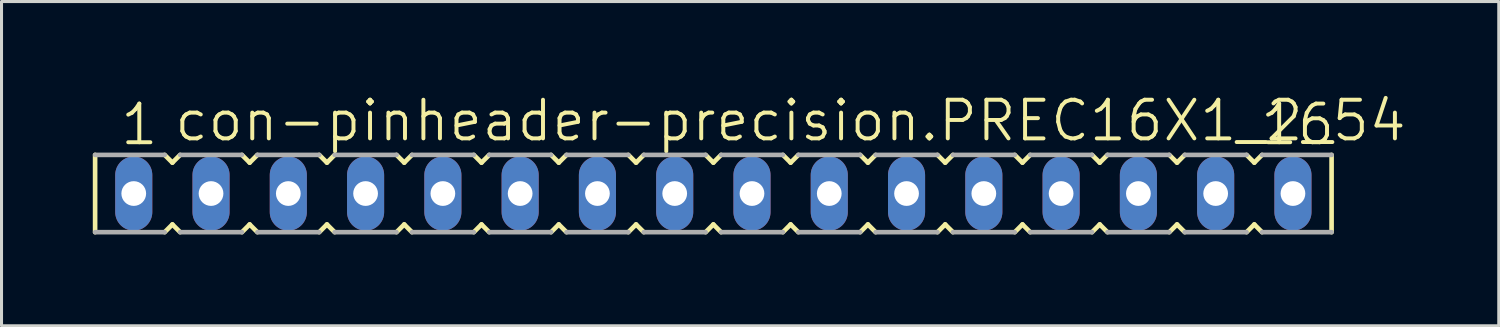
<source format=kicad_pcb>
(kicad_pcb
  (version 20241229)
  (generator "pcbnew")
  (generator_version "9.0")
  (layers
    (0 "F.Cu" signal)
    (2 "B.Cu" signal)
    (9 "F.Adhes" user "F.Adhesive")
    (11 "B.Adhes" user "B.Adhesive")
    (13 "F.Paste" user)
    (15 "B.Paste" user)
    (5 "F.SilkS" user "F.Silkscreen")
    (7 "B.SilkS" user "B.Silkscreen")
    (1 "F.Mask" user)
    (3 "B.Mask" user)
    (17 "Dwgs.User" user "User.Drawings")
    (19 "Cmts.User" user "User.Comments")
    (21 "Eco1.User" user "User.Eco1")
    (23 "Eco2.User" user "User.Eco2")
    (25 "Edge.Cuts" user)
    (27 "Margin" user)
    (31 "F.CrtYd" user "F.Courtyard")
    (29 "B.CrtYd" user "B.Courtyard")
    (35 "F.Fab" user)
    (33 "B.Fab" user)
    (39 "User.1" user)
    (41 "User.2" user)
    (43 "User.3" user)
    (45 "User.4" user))
  (footprint "con-pinheader-precision.PREC16X1_2_54"
    (layer "F.Cu")
    (at 20.396 3.311)
    (property "Reference" "con-pinheader-precision.PREC16X1_2_54" (at -17.78 -1.651 0) (layer "F.SilkS") (effects (font (size 1.27 1.27) (thickness 0.13)) (justify left bottom)))
    (attr through_hole)
    (fp_line (start -20.32 -1.27) (end -20.32 1.27) (stroke (width 0.152) (type default)) (layer "F.SilkS"))
    (fp_line (start -18.034 1.27) (end -17.78 1.016) (stroke (width 0.152) (type default)) (layer "F.SilkS"))
    (fp_line (start -17.78 -1.016) (end -18.034 -1.27) (stroke (width 0.152) (type default)) (layer "F.SilkS"))
    (fp_line (start -17.78 1.016) (end -17.526 1.27) (stroke (width 0.152) (type default)) (layer "F.SilkS"))
    (fp_line (start -17.526 -1.27) (end -17.78 -1.016) (stroke (width 0.152) (type default)) (layer "F.SilkS"))
    (fp_line (start -15.494 1.27) (end -15.24 1.016) (stroke (width 0.152) (type default)) (layer "F.SilkS"))
    (fp_line (start -15.24 -1.016) (end -15.494 -1.27) (stroke (width 0.152) (type default)) (layer "F.SilkS"))
    (fp_line (start -15.24 1.016) (end -14.986 1.27) (stroke (width 0.152) (type default)) (layer "F.SilkS"))
    (fp_line (start -14.986 -1.27) (end -15.24 -1.016) (stroke (width 0.152) (type default)) (layer "F.SilkS"))
    (fp_line (start -12.954 1.27) (end -12.7 1.016) (stroke (width 0.152) (type default)) (layer "F.SilkS"))
    (fp_line (start -12.7 -1.016) (end -12.954 -1.27) (stroke (width 0.152) (type default)) (layer "F.SilkS"))
    (fp_line (start -12.7 1.016) (end -12.446 1.27) (stroke (width 0.152) (type default)) (layer "F.SilkS"))
    (fp_line (start -12.446 -1.27) (end -12.7 -1.016) (stroke (width 0.152) (type default)) (layer "F.SilkS"))
    (fp_line (start -10.414 1.27) (end -10.16 1.016) (stroke (width 0.152) (type default)) (layer "F.SilkS"))
    (fp_line (start -10.16 -1.016) (end -10.414 -1.27) (stroke (width 0.152) (type default)) (layer "F.SilkS"))
    (fp_line (start -10.16 1.016) (end -9.906 1.27) (stroke (width 0.152) (type default)) (layer "F.SilkS"))
    (fp_line (start -9.906 -1.27) (end -10.16 -1.016) (stroke (width 0.152) (type default)) (layer "F.SilkS"))
    (fp_line (start -7.874 1.27) (end -7.62 1.016) (stroke (width 0.152) (type default)) (layer "F.SilkS"))
    (fp_line (start -7.62 -1.016) (end -7.874 -1.27) (stroke (width 0.152) (type default)) (layer "F.SilkS"))
    (fp_line (start -7.62 1.016) (end -7.366 1.27) (stroke (width 0.152) (type default)) (layer "F.SilkS"))
    (fp_line (start -7.366 -1.27) (end -7.62 -1.016) (stroke (width 0.152) (type default)) (layer "F.SilkS"))
    (fp_line (start -5.334 1.27) (end -5.08 1.016) (stroke (width 0.152) (type default)) (layer "F.SilkS"))
    (fp_line (start -5.08 -1.016) (end -5.334 -1.27) (stroke (width 0.152) (type default)) (layer "F.SilkS"))
    (fp_line (start -5.08 1.016) (end -4.826 1.27) (stroke (width 0.152) (type default)) (layer "F.SilkS"))
    (fp_line (start -4.826 -1.27) (end -5.08 -1.016) (stroke (width 0.152) (type default)) (layer "F.SilkS"))
    (fp_line (start -2.794 1.27) (end -2.54 1.016) (stroke (width 0.152) (type default)) (layer "F.SilkS"))
    (fp_line (start -2.54 -1.016) (end -2.794 -1.27) (stroke (width 0.152) (type default)) (layer "F.SilkS"))
    (fp_line (start -2.54 1.016) (end -2.286 1.27) (stroke (width 0.152) (type default)) (layer "F.SilkS"))
    (fp_line (start -2.286 -1.27) (end -2.54 -1.016) (stroke (width 0.152) (type default)) (layer "F.SilkS"))
    (fp_line (start -0.254 1.27) (end 0 1.016) (stroke (width 0.152) (type default)) (layer "F.SilkS"))
    (fp_line (start 0 -1.016) (end -0.254 -1.27) (stroke (width 0.152) (type default)) (layer "F.SilkS"))
    (fp_line (start 0 1.016) (end 0.254 1.27) (stroke (width 0.152) (type default)) (layer "F.SilkS"))
    (fp_line (start 0.254 -1.27) (end 0 -1.016) (stroke (width 0.152) (type default)) (layer "F.SilkS"))
    (fp_line (start 2.286 1.27) (end 2.54 1.016) (stroke (width 0.152) (type default)) (layer "F.SilkS"))
    (fp_line (start 2.54 -1.016) (end 2.286 -1.27) (stroke (width 0.152) (type default)) (layer "F.SilkS"))
    (fp_line (start 2.54 1.016) (end 2.794 1.27) (stroke (width 0.152) (type default)) (layer "F.SilkS"))
    (fp_line (start 2.794 -1.27) (end 2.54 -1.016) (stroke (width 0.152) (type default)) (layer "F.SilkS"))
    (fp_line (start 4.826 1.27) (end 5.08 1.016) (stroke (width 0.152) (type default)) (layer "F.SilkS"))
    (fp_line (start 5.08 -1.016) (end 4.826 -1.27) (stroke (width 0.152) (type default)) (layer "F.SilkS"))
    (fp_line (start 5.08 1.016) (end 5.334 1.27) (stroke (width 0.152) (type default)) (layer "F.SilkS"))
    (fp_line (start 5.334 -1.27) (end 5.08 -1.016) (stroke (width 0.152) (type default)) (layer "F.SilkS"))
    (fp_line (start 7.366 1.27) (end 7.62 1.016) (stroke (width 0.152) (type default)) (layer "F.SilkS"))
    (fp_line (start 7.62 -1.016) (end 7.366 -1.27) (stroke (width 0.152) (type default)) (layer "F.SilkS"))
    (fp_line (start 7.62 1.016) (end 7.874 1.27) (stroke (width 0.152) (type default)) (layer "F.SilkS"))
    (fp_line (start 7.874 -1.27) (end 7.62 -1.016) (stroke (width 0.152) (type default)) (layer "F.SilkS"))
    (fp_line (start 9.906 1.27) (end 10.16 1.016) (stroke (width 0.152) (type default)) (layer "F.SilkS"))
    (fp_line (start 10.16 -1.016) (end 9.906 -1.27) (stroke (width 0.152) (type default)) (layer "F.SilkS"))
    (fp_line (start 10.16 1.016) (end 10.414 1.27) (stroke (width 0.152) (type default)) (layer "F.SilkS"))
    (fp_line (start 10.414 -1.27) (end 10.16 -1.016) (stroke (width 0.152) (type default)) (layer "F.SilkS"))
    (fp_line (start 12.446 1.27) (end 12.7 1.016) (stroke (width 0.152) (type default)) (layer "F.SilkS"))
    (fp_line (start 12.7 -1.016) (end 12.446 -1.27) (stroke (width 0.152) (type default)) (layer "F.SilkS"))
    (fp_line (start 12.7 1.016) (end 12.954 1.27) (stroke (width 0.152) (type default)) (layer "F.SilkS"))
    (fp_line (start 12.954 -1.27) (end 12.7 -1.016) (stroke (width 0.152) (type default)) (layer "F.SilkS"))
    (fp_line (start 14.986 1.27) (end 15.24 1.016) (stroke (width 0.152) (type default)) (layer "F.SilkS"))
    (fp_line (start 15.24 -1.016) (end 14.986 -1.27) (stroke (width 0.152) (type default)) (layer "F.SilkS"))
    (fp_line (start 15.24 1.016) (end 15.494 1.27) (stroke (width 0.152) (type default)) (layer "F.SilkS"))
    (fp_line (start 15.494 -1.27) (end 15.24 -1.016) (stroke (width 0.152) (type default)) (layer "F.SilkS"))
    (fp_line (start 17.526 1.27) (end 17.78 1.016) (stroke (width 0.152) (type default)) (layer "F.SilkS"))
    (fp_line (start 17.78 -1.016) (end 17.526 -1.27) (stroke (width 0.152) (type default)) (layer "F.SilkS"))
    (fp_line (start 17.78 1.016) (end 18.034 1.27) (stroke (width 0.152) (type default)) (layer "F.SilkS"))
    (fp_line (start 18.034 -1.27) (end 17.78 -1.016) (stroke (width 0.152) (type default)) (layer "F.SilkS"))
    (fp_line (start 20.32 -1.27) (end 20.32 1.27) (stroke (width 0.152) (type default)) (layer "F.SilkS"))
    (fp_line (start -20.32 1.27) (end -18.034 1.27) (stroke (width 0.152) (type default)) (layer "F.Fab"))
    (fp_line (start -18.034 -1.27) (end -20.32 -1.27) (stroke (width 0.152) (type default)) (layer "F.Fab"))
    (fp_line (start -17.526 1.27) (end -15.494 1.27) (stroke (width 0.152) (type default)) (layer "F.Fab"))
    (fp_line (start -15.494 -1.27) (end -17.526 -1.27) (stroke (width 0.152) (type default)) (layer "F.Fab"))
    (fp_line (start -14.986 1.27) (end -12.954 1.27) (stroke (width 0.152) (type default)) (layer "F.Fab"))
    (fp_line (start -12.954 -1.27) (end -14.986 -1.27) (stroke (width 0.152) (type default)) (layer "F.Fab"))
    (fp_line (start -12.446 1.27) (end -10.414 1.27) (stroke (width 0.152) (type default)) (layer "F.Fab"))
    (fp_line (start -10.414 -1.27) (end -12.446 -1.27) (stroke (width 0.152) (type default)) (layer "F.Fab"))
    (fp_line (start -9.906 1.27) (end -7.874 1.27) (stroke (width 0.152) (type default)) (layer "F.Fab"))
    (fp_line (start -7.874 -1.27) (end -9.906 -1.27) (stroke (width 0.152) (type default)) (layer "F.Fab"))
    (fp_line (start -7.366 1.27) (end -5.334 1.27) (stroke (width 0.152) (type default)) (layer "F.Fab"))
    (fp_line (start -5.334 -1.27) (end -7.366 -1.27) (stroke (width 0.152) (type default)) (layer "F.Fab"))
    (fp_line (start -4.826 1.27) (end -2.794 1.27) (stroke (width 0.152) (type default)) (layer "F.Fab"))
    (fp_line (start -2.794 -1.27) (end -4.826 -1.27) (stroke (width 0.152) (type default)) (layer "F.Fab"))
    (fp_line (start -2.286 1.27) (end -0.254 1.27) (stroke (width 0.152) (type default)) (layer "F.Fab"))
    (fp_line (start -0.254 -1.27) (end -2.286 -1.27) (stroke (width 0.152) (type default)) (layer "F.Fab"))
    (fp_line (start 0.254 1.27) (end 2.286 1.27) (stroke (width 0.152) (type default)) (layer "F.Fab"))
    (fp_line (start 2.286 -1.27) (end 0.254 -1.27) (stroke (width 0.152) (type default)) (layer "F.Fab"))
    (fp_line (start 2.794 1.27) (end 4.826 1.27) (stroke (width 0.152) (type default)) (layer "F.Fab"))
    (fp_line (start 4.826 -1.27) (end 2.794 -1.27) (stroke (width 0.152) (type default)) (layer "F.Fab"))
    (fp_line (start 5.334 1.27) (end 7.366 1.27) (stroke (width 0.152) (type default)) (layer "F.Fab"))
    (fp_line (start 7.366 -1.27) (end 5.334 -1.27) (stroke (width 0.152) (type default)) (layer "F.Fab"))
    (fp_line (start 7.874 1.27) (end 9.906 1.27) (stroke (width 0.152) (type default)) (layer "F.Fab"))
    (fp_line (start 9.906 -1.27) (end 7.874 -1.27) (stroke (width 0.152) (type default)) (layer "F.Fab"))
    (fp_line (start 10.414 1.27) (end 12.446 1.27) (stroke (width 0.152) (type default)) (layer "F.Fab"))
    (fp_line (start 12.446 -1.27) (end 10.414 -1.27) (stroke (width 0.152) (type default)) (layer "F.Fab"))
    (fp_line (start 12.954 1.27) (end 14.986 1.27) (stroke (width 0.152) (type default)) (layer "F.Fab"))
    (fp_line (start 14.986 -1.27) (end 12.954 -1.27) (stroke (width 0.152) (type default)) (layer "F.Fab"))
    (fp_line (start 15.494 1.27) (end 17.526 1.27) (stroke (width 0.152) (type default)) (layer "F.Fab"))
    (fp_line (start 17.526 -1.27) (end 15.494 -1.27) (stroke (width 0.152) (type default)) (layer "F.Fab"))
    (fp_line (start 18.034 1.27) (end 20.32 1.27) (stroke (width 0.152) (type default)) (layer "F.Fab"))
    (fp_line (start 20.32 -1.27) (end 18.034 -1.27) (stroke (width 0.152) (type default)) (layer "F.Fab"))
    (fp_text user "16" (at 17.907 -1.524 0) (layer "F.SilkS") (effects (font (size 1.27 1.27) (thickness 0.13)) (justify left bottom)))
    (fp_text user "1" (at -19.558 -1.524 0) (layer "F.SilkS") (effects (font (size 1.27 1.27) (thickness 0.13)) (justify left bottom)))
    (pad "1" thru_hole oval (at -19.05 0 90) (size 2.438 1.219) (drill 0.813) (layers "*.Cu" "*.Mask"))
    (pad "2" thru_hole oval (at -16.51 0 90) (size 2.438 1.219) (drill 0.813) (layers "*.Cu" "*.Mask"))
    (pad "3" thru_hole oval (at -13.97 0 90) (size 2.438 1.219) (drill 0.813) (layers "*.Cu" "*.Mask"))
    (pad "4" thru_hole oval (at -11.43 0 90) (size 2.438 1.219) (drill 0.813) (layers "*.Cu" "*.Mask"))
    (pad "5" thru_hole oval (at -8.89 0 90) (size 2.438 1.219) (drill 0.813) (layers "*.Cu" "*.Mask"))
    (pad "6" thru_hole oval (at -6.35 0 90) (size 2.438 1.219) (drill 0.813) (layers "*.Cu" "*.Mask"))
    (pad "7" thru_hole oval (at -3.81 0 90) (size 2.438 1.219) (drill 0.813) (layers "*.Cu" "*.Mask"))
    (pad "8" thru_hole oval (at -1.27 0 90) (size 2.438 1.219) (drill 0.813) (layers "*.Cu" "*.Mask"))
    (pad "9" thru_hole oval (at 1.27 0 90) (size 2.438 1.219) (drill 0.813) (layers "*.Cu" "*.Mask"))
    (pad "10" thru_hole oval (at 3.81 0 90) (size 2.438 1.219) (drill 0.813) (layers "*.Cu" "*.Mask"))
    (pad "11" thru_hole oval (at 6.35 0 90) (size 2.438 1.219) (drill 0.813) (layers "*.Cu" "*.Mask"))
    (pad "12" thru_hole oval (at 8.89 0 90) (size 2.438 1.219) (drill 0.813) (layers "*.Cu" "*.Mask"))
    (pad "13" thru_hole oval (at 11.43 0 90) (size 2.438 1.219) (drill 0.813) (layers "*.Cu" "*.Mask"))
    (pad "14" thru_hole oval (at 13.97 0 90) (size 2.438 1.219) (drill 0.813) (layers "*.Cu" "*.Mask"))
    (pad "15" thru_hole oval (at 16.51 0 90) (size 2.438 1.219) (drill 0.813) (layers "*.Cu" "*.Mask"))
    (pad "16" thru_hole oval (at 19.05 0 90) (size 2.438 1.219) (drill 0.813) (layers "*.Cu" "*.Mask")))
  (gr_rect
    (start -3 -3)
    (end 46.211 7.657)
    (stroke (width 0.1) (type default))
    (fill no)
    (layer "Edge.Cuts")))
</source>
